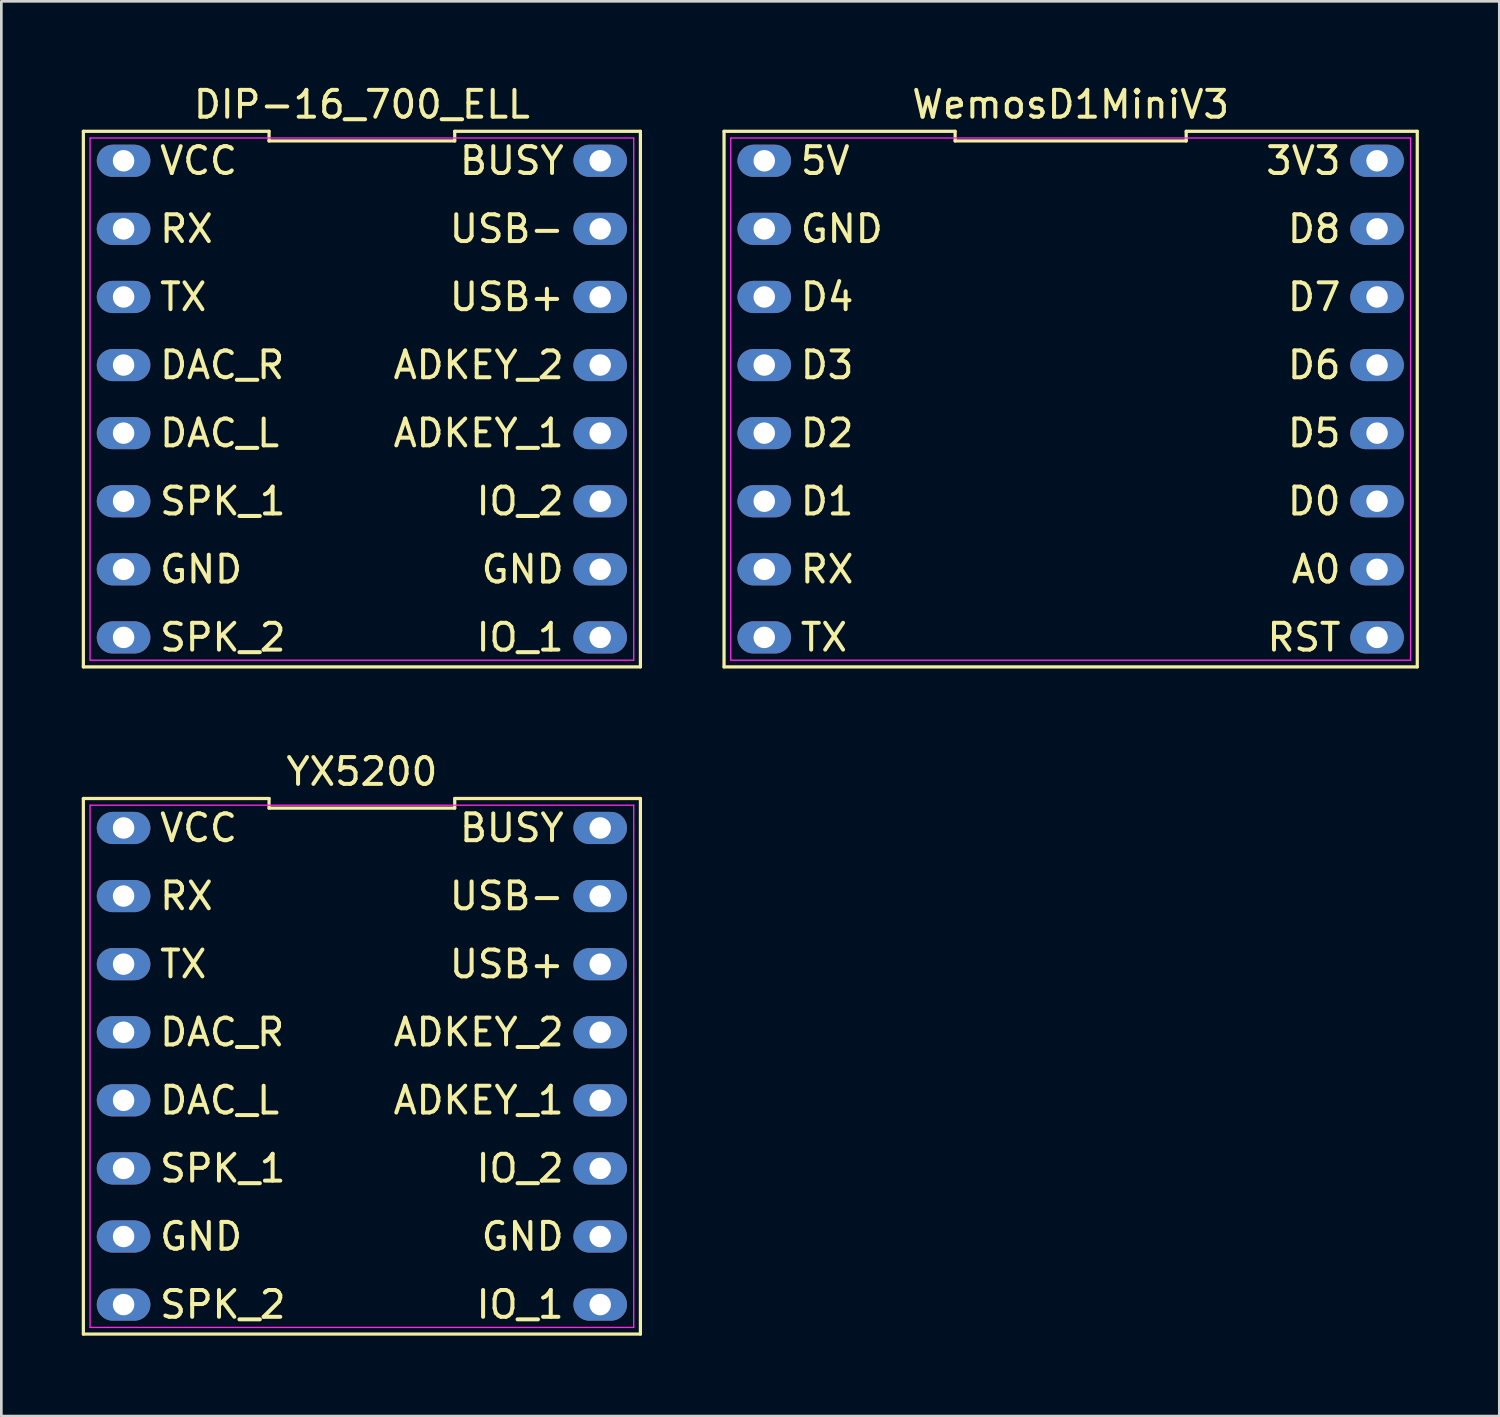
<source format=kicad_pcb>
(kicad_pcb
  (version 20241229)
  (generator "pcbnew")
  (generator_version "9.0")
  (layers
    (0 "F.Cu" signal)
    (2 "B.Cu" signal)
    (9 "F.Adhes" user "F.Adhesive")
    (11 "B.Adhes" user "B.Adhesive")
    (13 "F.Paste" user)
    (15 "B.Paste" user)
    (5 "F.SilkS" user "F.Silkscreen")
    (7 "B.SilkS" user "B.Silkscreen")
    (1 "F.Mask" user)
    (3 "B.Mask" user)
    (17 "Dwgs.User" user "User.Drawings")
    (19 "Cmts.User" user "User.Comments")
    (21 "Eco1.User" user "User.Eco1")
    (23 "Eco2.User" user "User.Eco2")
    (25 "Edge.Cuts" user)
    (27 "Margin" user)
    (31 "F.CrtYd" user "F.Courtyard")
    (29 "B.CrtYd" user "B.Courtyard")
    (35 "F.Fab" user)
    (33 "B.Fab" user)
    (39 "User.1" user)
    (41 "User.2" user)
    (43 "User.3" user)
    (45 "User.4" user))
  (footprint "YX5200"
    (layer "F.Cu")
    (at 10.45 36.727)
    (property "Reference" "YX5200" (at 0 -10.99 0) (layer "F.SilkS") (effects (font (size 1 1) (thickness 0.15))))
    (fp_line (start -10.39 -9.99) (end -10.39 9.99) (stroke (width 0.12) (type solid)) (layer "F.SilkS"))
    (fp_line (start -10.39 9.99) (end 10.39 9.99) (stroke (width 0.12) (type solid)) (layer "F.SilkS"))
    (fp_line (start -3.463 -9.99) (end -10.39 -9.99) (stroke (width 0.12) (type solid)) (layer "F.SilkS"))
    (fp_line (start -3.463 -9.63) (end -3.463 -9.99) (stroke (width 0.12) (type solid)) (layer "F.SilkS"))
    (fp_line (start 3.463 -9.99) (end 3.463 -9.63) (stroke (width 0.12) (type solid)) (layer "F.SilkS"))
    (fp_line (start 3.463 -9.63) (end -3.463 -9.63) (stroke (width 0.12) (type solid)) (layer "F.SilkS"))
    (fp_line (start 10.39 -9.99) (end 3.463 -9.99) (stroke (width 0.12) (type solid)) (layer "F.SilkS"))
    (fp_line (start 10.39 9.99) (end 10.39 -9.99) (stroke (width 0.12) (type solid)) (layer "F.SilkS"))
    (fp_line (start -10.14 -9.74) (end 10.14 -9.74) (stroke (width 0.05) (type solid)) (layer "F.CrtYd"))
    (fp_line (start -10.14 9.74) (end -10.14 -9.74) (stroke (width 0.05) (type solid)) (layer "F.CrtYd"))
    (fp_line (start 10.14 -9.74) (end 10.14 9.74) (stroke (width 0.05) (type solid)) (layer "F.CrtYd"))
    (fp_line (start 10.14 9.74) (end -10.14 9.74) (stroke (width 0.05) (type solid)) (layer "F.CrtYd"))
    (fp_text user "DAC_L" (at -7.62 1.27 0) (unlocked yes) (layer "F.SilkS") (effects (font (size 1 1) (thickness 0.15)) (justify left)))
    (fp_text user "TX" (at -7.62 -3.81 0) (unlocked yes) (layer "F.SilkS") (effects (font (size 1 1) (thickness 0.15)) (justify left)))
    (fp_text user "GND" (at 7.62 6.35 0) (unlocked yes) (layer "F.SilkS") (effects (font (size 1 1) (thickness 0.15)) (justify right)))
    (fp_text user "USB-" (at 7.62 -6.35 0) (unlocked yes) (layer "F.SilkS") (effects (font (size 1 1) (thickness 0.15)) (justify right)))
    (fp_text user "IO_1" (at 7.62 8.89 0) (unlocked yes) (layer "F.SilkS") (effects (font (size 1 1) (thickness 0.15)) (justify right)))
    (fp_text user "SPK_2" (at -7.62 8.89 0) (unlocked yes) (layer "F.SilkS") (effects (font (size 1 1) (thickness 0.15)) (justify left)))
    (fp_text user "ADKEY_1" (at 7.62 1.27 0) (unlocked yes) (layer "F.SilkS") (effects (font (size 1 1) (thickness 0.15)) (justify right)))
    (fp_text user "ADKEY_2" (at 7.62 -1.27 0) (unlocked yes) (layer "F.SilkS") (effects (font (size 1 1) (thickness 0.15)) (justify right)))
    (fp_text user "IO_2" (at 7.62 3.81 0) (unlocked yes) (layer "F.SilkS") (effects (font (size 1 1) (thickness 0.15)) (justify right)))
    (fp_text user "GND" (at -7.62 6.35 0) (unlocked yes) (layer "F.SilkS") (effects (font (size 1 1) (thickness 0.15)) (justify left)))
    (fp_text user "VCC" (at -7.62 -8.89 0) (unlocked yes) (layer "F.SilkS") (effects (font (size 1 1) (thickness 0.15)) (justify left)))
    (fp_text user "DAC_R" (at -7.62 -1.27 0) (unlocked yes) (layer "F.SilkS") (effects (font (size 1 1) (thickness 0.15)) (justify left)))
    (fp_text user "RX" (at -7.62 -6.35 0) (unlocked yes) (layer "F.SilkS") (effects (font (size 1 1) (thickness 0.15)) (justify left)))
    (fp_text user "SPK_1" (at -7.62 3.81 0) (unlocked yes) (layer "F.SilkS") (effects (font (size 1 1) (thickness 0.15)) (justify left)))
    (fp_text user "USB+" (at 7.62 -3.81 0) (unlocked yes) (layer "F.SilkS") (effects (font (size 1 1) (thickness 0.15)) (justify right)))
    (fp_text user "BUSY" (at 7.62 -8.89 0) (unlocked yes) (layer "F.SilkS") (effects (font (size 1 1) (thickness 0.15)) (justify right)))
    (pad "1" thru_hole oval (at -8.89 -8.89 270) (size 1.2 2) (drill 0.8) (layers "*.Cu" "*.Mask"))
    (pad "2" thru_hole oval (at -8.89 -6.35 270) (size 1.2 2) (drill 0.8) (layers "*.Cu" "*.Mask"))
    (pad "3" thru_hole oval (at -8.89 -3.81 270) (size 1.2 2) (drill 0.8) (layers "*.Cu" "*.Mask"))
    (pad "4" thru_hole oval (at -8.89 -1.27 270) (size 1.2 2) (drill 0.8) (layers "*.Cu" "*.Mask"))
    (pad "5" thru_hole oval (at -8.89 1.27 270) (size 1.2 2) (drill 0.8) (layers "*.Cu" "*.Mask"))
    (pad "6" thru_hole oval (at -8.89 3.81 270) (size 1.2 2) (drill 0.8) (layers "*.Cu" "*.Mask"))
    (pad "7" thru_hole oval (at -8.89 6.35 270) (size 1.2 2) (drill 0.8) (layers "*.Cu" "*.Mask"))
    (pad "8" thru_hole oval (at -8.89 8.89 270) (size 1.2 2) (drill 0.8) (layers "*.Cu" "*.Mask"))
    (pad "9" thru_hole oval (at 8.89 -8.89 270) (size 1.2 2) (drill 0.8) (layers "*.Cu" "*.Mask"))
    (pad "10" thru_hole oval (at 8.89 -6.35 270) (size 1.2 2) (drill 0.8) (layers "*.Cu" "*.Mask"))
    (pad "11" thru_hole oval (at 8.89 -3.81 270) (size 1.2 2) (drill 0.8) (layers "*.Cu" "*.Mask"))
    (pad "12" thru_hole oval (at 8.89 -1.27 270) (size 1.2 2) (drill 0.8) (layers "*.Cu" "*.Mask"))
    (pad "13" thru_hole oval (at 8.89 1.27 270) (size 1.2 2) (drill 0.8) (layers "*.Cu" "*.Mask"))
    (pad "14" thru_hole oval (at 8.89 3.81 270) (size 1.2 2) (drill 0.8) (layers "*.Cu" "*.Mask"))
    (pad "15" thru_hole oval (at 8.89 6.35 270) (size 1.2 2) (drill 0.8) (layers "*.Cu" "*.Mask"))
    (pad "16" thru_hole oval (at 8.89 8.89 270) (size 1.2 2) (drill 0.8) (layers "*.Cu" "*.Mask")))
  (footprint "WemosD1MiniV3"
    (layer "F.Cu")
    (at 36.89 11.838)
    (property "Reference" "WemosD1MiniV3" (at 0 -10.99 0) (layer "F.SilkS") (effects (font (size 1 1) (thickness 0.15))))
    (fp_line (start -12.93 -9.99) (end -12.93 9.99) (stroke (width 0.12) (type solid)) (layer "F.SilkS"))
    (fp_line (start -12.93 9.99) (end 12.93 9.99) (stroke (width 0.12) (type solid)) (layer "F.SilkS"))
    (fp_line (start -4.31 -9.99) (end -12.93 -9.99) (stroke (width 0.12) (type solid)) (layer "F.SilkS"))
    (fp_line (start -4.31 -9.63) (end -4.31 -9.99) (stroke (width 0.12) (type solid)) (layer "F.SilkS"))
    (fp_line (start 4.31 -9.99) (end 4.31 -9.63) (stroke (width 0.12) (type solid)) (layer "F.SilkS"))
    (fp_line (start 4.31 -9.63) (end -4.31 -9.63) (stroke (width 0.12) (type solid)) (layer "F.SilkS"))
    (fp_line (start 12.93 -9.99) (end 4.31 -9.99) (stroke (width 0.12) (type solid)) (layer "F.SilkS"))
    (fp_line (start 12.93 9.99) (end 12.93 -9.99) (stroke (width 0.12) (type solid)) (layer "F.SilkS"))
    (fp_line (start -12.68 -9.74) (end 12.68 -9.74) (stroke (width 0.05) (type solid)) (layer "F.CrtYd"))
    (fp_line (start -12.68 9.74) (end -12.68 -9.74) (stroke (width 0.05) (type solid)) (layer "F.CrtYd"))
    (fp_line (start 12.68 -9.74) (end 12.68 9.74) (stroke (width 0.05) (type solid)) (layer "F.CrtYd"))
    (fp_line (start 12.68 9.74) (end -12.68 9.74) (stroke (width 0.05) (type solid)) (layer "F.CrtYd"))
    (fp_text user "D0" (at 10.16 3.81 0) (unlocked yes) (layer "F.SilkS") (effects (font (size 1 1) (thickness 0.15)) (justify right)))
    (fp_text user "D8" (at 10.16 -6.35 0) (unlocked yes) (layer "F.SilkS") (effects (font (size 1 1) (thickness 0.15)) (justify right)))
    (fp_text user "A0" (at 10.16 6.35 0) (unlocked yes) (layer "F.SilkS") (effects (font (size 1 1) (thickness 0.15)) (justify right)))
    (fp_text user "D5" (at 10.16 1.27 0) (unlocked yes) (layer "F.SilkS") (effects (font (size 1 1) (thickness 0.15)) (justify right)))
    (fp_text user "D4" (at -10.16 -3.81 0) (unlocked yes) (layer "F.SilkS") (effects (font (size 1 1) (thickness 0.15)) (justify left)))
    (fp_text user "D6" (at 10.16 -1.27 0) (unlocked yes) (layer "F.SilkS") (effects (font (size 1 1) (thickness 0.15)) (justify right)))
    (fp_text user "TX" (at -10.16 8.89 0) (unlocked yes) (layer "F.SilkS") (effects (font (size 1 1) (thickness 0.15)) (justify left)))
    (fp_text user "GND" (at -10.16 -6.35 0) (unlocked yes) (layer "F.SilkS") (effects (font (size 1 1) (thickness 0.15)) (justify left)))
    (fp_text user "5V" (at -10.16 -8.89 0) (unlocked yes) (layer "F.SilkS") (effects (font (size 1 1) (thickness 0.15)) (justify left)))
    (fp_text user "D3" (at -10.16 -1.27 0) (unlocked yes) (layer "F.SilkS") (effects (font (size 1 1) (thickness 0.15)) (justify left)))
    (fp_text user "3V3" (at 10.16 -8.89 0) (unlocked yes) (layer "F.SilkS") (effects (font (size 1 1) (thickness 0.15)) (justify right)))
    (fp_text user "D1" (at -10.16 3.81 0) (unlocked yes) (layer "F.SilkS") (effects (font (size 1 1) (thickness 0.15)) (justify left)))
    (fp_text user "D2" (at -10.16 1.27 0) (unlocked yes) (layer "F.SilkS") (effects (font (size 1 1) (thickness 0.15)) (justify left)))
    (fp_text user "RST" (at 10.16 8.89 0) (unlocked yes) (layer "F.SilkS") (effects (font (size 1 1) (thickness 0.15)) (justify right)))
    (fp_text user "D7" (at 10.16 -3.81 0) (unlocked yes) (layer "F.SilkS") (effects (font (size 1 1) (thickness 0.15)) (justify right)))
    (fp_text user "RX" (at -10.16 6.35 0) (unlocked yes) (layer "F.SilkS") (effects (font (size 1 1) (thickness 0.15)) (justify left)))
    (pad "1" thru_hole oval (at -11.43 -8.89 270) (size 1.2 2) (drill 0.8) (layers "*.Cu" "*.Mask"))
    (pad "2" thru_hole oval (at -11.43 -6.35 270) (size 1.2 2) (drill 0.8) (layers "*.Cu" "*.Mask"))
    (pad "3" thru_hole oval (at -11.43 -3.81 270) (size 1.2 2) (drill 0.8) (layers "*.Cu" "*.Mask"))
    (pad "4" thru_hole oval (at -11.43 -1.27 270) (size 1.2 2) (drill 0.8) (layers "*.Cu" "*.Mask"))
    (pad "5" thru_hole oval (at -11.43 1.27 270) (size 1.2 2) (drill 0.8) (layers "*.Cu" "*.Mask"))
    (pad "6" thru_hole oval (at -11.43 3.81 270) (size 1.2 2) (drill 0.8) (layers "*.Cu" "*.Mask"))
    (pad "7" thru_hole oval (at -11.43 6.35 270) (size 1.2 2) (drill 0.8) (layers "*.Cu" "*.Mask"))
    (pad "8" thru_hole oval (at -11.43 8.89 270) (size 1.2 2) (drill 0.8) (layers "*.Cu" "*.Mask"))
    (pad "9" thru_hole oval (at 11.43 8.89 270) (size 1.2 2) (drill 0.8) (layers "*.Cu" "*.Mask"))
    (pad "10" thru_hole oval (at 11.43 6.35 270) (size 1.2 2) (drill 0.8) (layers "*.Cu" "*.Mask"))
    (pad "11" thru_hole oval (at 11.43 3.81 270) (size 1.2 2) (drill 0.8) (layers "*.Cu" "*.Mask"))
    (pad "12" thru_hole oval (at 11.43 1.27 270) (size 1.2 2) (drill 0.8) (layers "*.Cu" "*.Mask"))
    (pad "13" thru_hole oval (at 11.43 -1.27 270) (size 1.2 2) (drill 0.8) (layers "*.Cu" "*.Mask"))
    (pad "14" thru_hole oval (at 11.43 -3.81 270) (size 1.2 2) (drill 0.8) (layers "*.Cu" "*.Mask"))
    (pad "15" thru_hole oval (at 11.43 -6.35 270) (size 1.2 2) (drill 0.8) (layers "*.Cu" "*.Mask"))
    (pad "16" thru_hole oval (at 11.43 -8.89 270) (size 1.2 2) (drill 0.8) (layers "*.Cu" "*.Mask")))
  (footprint "DIP-16_700_ELL"
    (layer "F.Cu")
    (at 10.45 11.838)
    (property "Reference" "DIP-16_700_ELL" (at 0 -10.99 0) (layer "F.SilkS") (effects (font (size 1 1) (thickness 0.15))))
    (fp_line (start -10.39 -9.99) (end -10.39 9.99) (stroke (width 0.12) (type solid)) (layer "F.SilkS"))
    (fp_line (start -10.39 9.99) (end 10.39 9.99) (stroke (width 0.12) (type solid)) (layer "F.SilkS"))
    (fp_line (start -3.463 -9.99) (end -10.39 -9.99) (stroke (width 0.12) (type solid)) (layer "F.SilkS"))
    (fp_line (start -3.463 -9.63) (end -3.463 -9.99) (stroke (width 0.12) (type solid)) (layer "F.SilkS"))
    (fp_line (start 3.463 -9.99) (end 3.463 -9.63) (stroke (width 0.12) (type solid)) (layer "F.SilkS"))
    (fp_line (start 3.463 -9.63) (end -3.463 -9.63) (stroke (width 0.12) (type solid)) (layer "F.SilkS"))
    (fp_line (start 10.39 -9.99) (end 3.463 -9.99) (stroke (width 0.12) (type solid)) (layer "F.SilkS"))
    (fp_line (start 10.39 9.99) (end 10.39 -9.99) (stroke (width 0.12) (type solid)) (layer "F.SilkS"))
    (fp_line (start -10.14 -9.74) (end 10.14 -9.74) (stroke (width 0.05) (type solid)) (layer "F.CrtYd"))
    (fp_line (start -10.14 9.74) (end -10.14 -9.74) (stroke (width 0.05) (type solid)) (layer "F.CrtYd"))
    (fp_line (start 10.14 -9.74) (end 10.14 9.74) (stroke (width 0.05) (type solid)) (layer "F.CrtYd"))
    (fp_line (start 10.14 9.74) (end -10.14 9.74) (stroke (width 0.05) (type solid)) (layer "F.CrtYd"))
    (fp_text user "IO_2" (at 7.62 3.81 0) (unlocked yes) (layer "F.SilkS") (effects (font (size 1 1) (thickness 0.15)) (justify right)))
    (fp_text user "TX" (at -7.62 -3.81 0) (unlocked yes) (layer "F.SilkS") (effects (font (size 1 1) (thickness 0.15)) (justify left)))
    (fp_text user "SPK_1" (at -7.62 3.81 0) (unlocked yes) (layer "F.SilkS") (effects (font (size 1 1) (thickness 0.15)) (justify left)))
    (fp_text user "USB-" (at 7.62 -6.35 0) (unlocked yes) (layer "F.SilkS") (effects (font (size 1 1) (thickness 0.15)) (justify right)))
    (fp_text user "GND" (at -7.62 6.35 0) (unlocked yes) (layer "F.SilkS") (effects (font (size 1 1) (thickness 0.15)) (justify left)))
    (fp_text user "SPK_2" (at -7.62 8.89 0) (unlocked yes) (layer "F.SilkS") (effects (font (size 1 1) (thickness 0.15)) (justify left)))
    (fp_text user "IO_1" (at 7.62 8.89 0) (unlocked yes) (layer "F.SilkS") (effects (font (size 1 1) (thickness 0.15)) (justify right)))
    (fp_text user "ADKEY_1" (at 7.62 1.27 0) (unlocked yes) (layer "F.SilkS") (effects (font (size 1 1) (thickness 0.15)) (justify right)))
    (fp_text user "GND" (at 7.62 6.35 0) (unlocked yes) (layer "F.SilkS") (effects (font (size 1 1) (thickness 0.15)) (justify right)))
    (fp_text user "DAC_L" (at -7.62 1.27 0) (unlocked yes) (layer "F.SilkS") (effects (font (size 1 1) (thickness 0.15)) (justify left)))
    (fp_text user "RX" (at -7.62 -6.35 0) (unlocked yes) (layer "F.SilkS") (effects (font (size 1 1) (thickness 0.15)) (justify left)))
    (fp_text user "ADKEY_2" (at 7.62 -1.27 0) (unlocked yes) (layer "F.SilkS") (effects (font (size 1 1) (thickness 0.15)) (justify right)))
    (fp_text user "USB+" (at 7.62 -3.81 0) (unlocked yes) (layer "F.SilkS") (effects (font (size 1 1) (thickness 0.15)) (justify right)))
    (fp_text user "BUSY" (at 7.62 -8.89 0) (unlocked yes) (layer "F.SilkS") (effects (font (size 1 1) (thickness 0.15)) (justify right)))
    (fp_text user "VCC" (at -7.62 -8.89 0) (unlocked yes) (layer "F.SilkS") (effects (font (size 1 1) (thickness 0.15)) (justify left)))
    (fp_text user "DAC_R" (at -7.62 -1.27 0) (unlocked yes) (layer "F.SilkS") (effects (font (size 1 1) (thickness 0.15)) (justify left)))
    (pad "1" thru_hole oval (at -8.89 -8.89 270) (size 1.2 2) (drill 0.8) (layers "*.Cu" "*.Mask"))
    (pad "2" thru_hole oval (at -8.89 -6.35 270) (size 1.2 2) (drill 0.8) (layers "*.Cu" "*.Mask"))
    (pad "3" thru_hole oval (at -8.89 -3.81 270) (size 1.2 2) (drill 0.8) (layers "*.Cu" "*.Mask"))
    (pad "4" thru_hole oval (at -8.89 -1.27 270) (size 1.2 2) (drill 0.8) (layers "*.Cu" "*.Mask"))
    (pad "5" thru_hole oval (at -8.89 1.27 270) (size 1.2 2) (drill 0.8) (layers "*.Cu" "*.Mask"))
    (pad "6" thru_hole oval (at -8.89 3.81 270) (size 1.2 2) (drill 0.8) (layers "*.Cu" "*.Mask"))
    (pad "7" thru_hole oval (at -8.89 6.35 270) (size 1.2 2) (drill 0.8) (layers "*.Cu" "*.Mask"))
    (pad "8" thru_hole oval (at -8.89 8.89 270) (size 1.2 2) (drill 0.8) (layers "*.Cu" "*.Mask"))
    (pad "9" thru_hole oval (at 8.89 8.89 270) (size 1.2 2) (drill 0.8) (layers "*.Cu" "*.Mask"))
    (pad "10" thru_hole oval (at 8.89 6.35 270) (size 1.2 2) (drill 0.8) (layers "*.Cu" "*.Mask"))
    (pad "11" thru_hole oval (at 8.89 3.81 270) (size 1.2 2) (drill 0.8) (layers "*.Cu" "*.Mask"))
    (pad "12" thru_hole oval (at 8.89 1.27 270) (size 1.2 2) (drill 0.8) (layers "*.Cu" "*.Mask"))
    (pad "13" thru_hole oval (at 8.89 -1.27 270) (size 1.2 2) (drill 0.8) (layers "*.Cu" "*.Mask"))
    (pad "14" thru_hole oval (at 8.89 -3.81 270) (size 1.2 2) (drill 0.8) (layers "*.Cu" "*.Mask"))
    (pad "15" thru_hole oval (at 8.89 -6.35 270) (size 1.2 2) (drill 0.8) (layers "*.Cu" "*.Mask"))
    (pad "16" thru_hole oval (at 8.89 -8.89 270) (size 1.2 2) (drill 0.8) (layers "*.Cu" "*.Mask")))
  (gr_rect
    (start -3 -3)
    (end 52.88 49.776)
    (stroke (width 0.1) (type default))
    (fill no)
    (layer "Edge.Cuts")))
</source>
